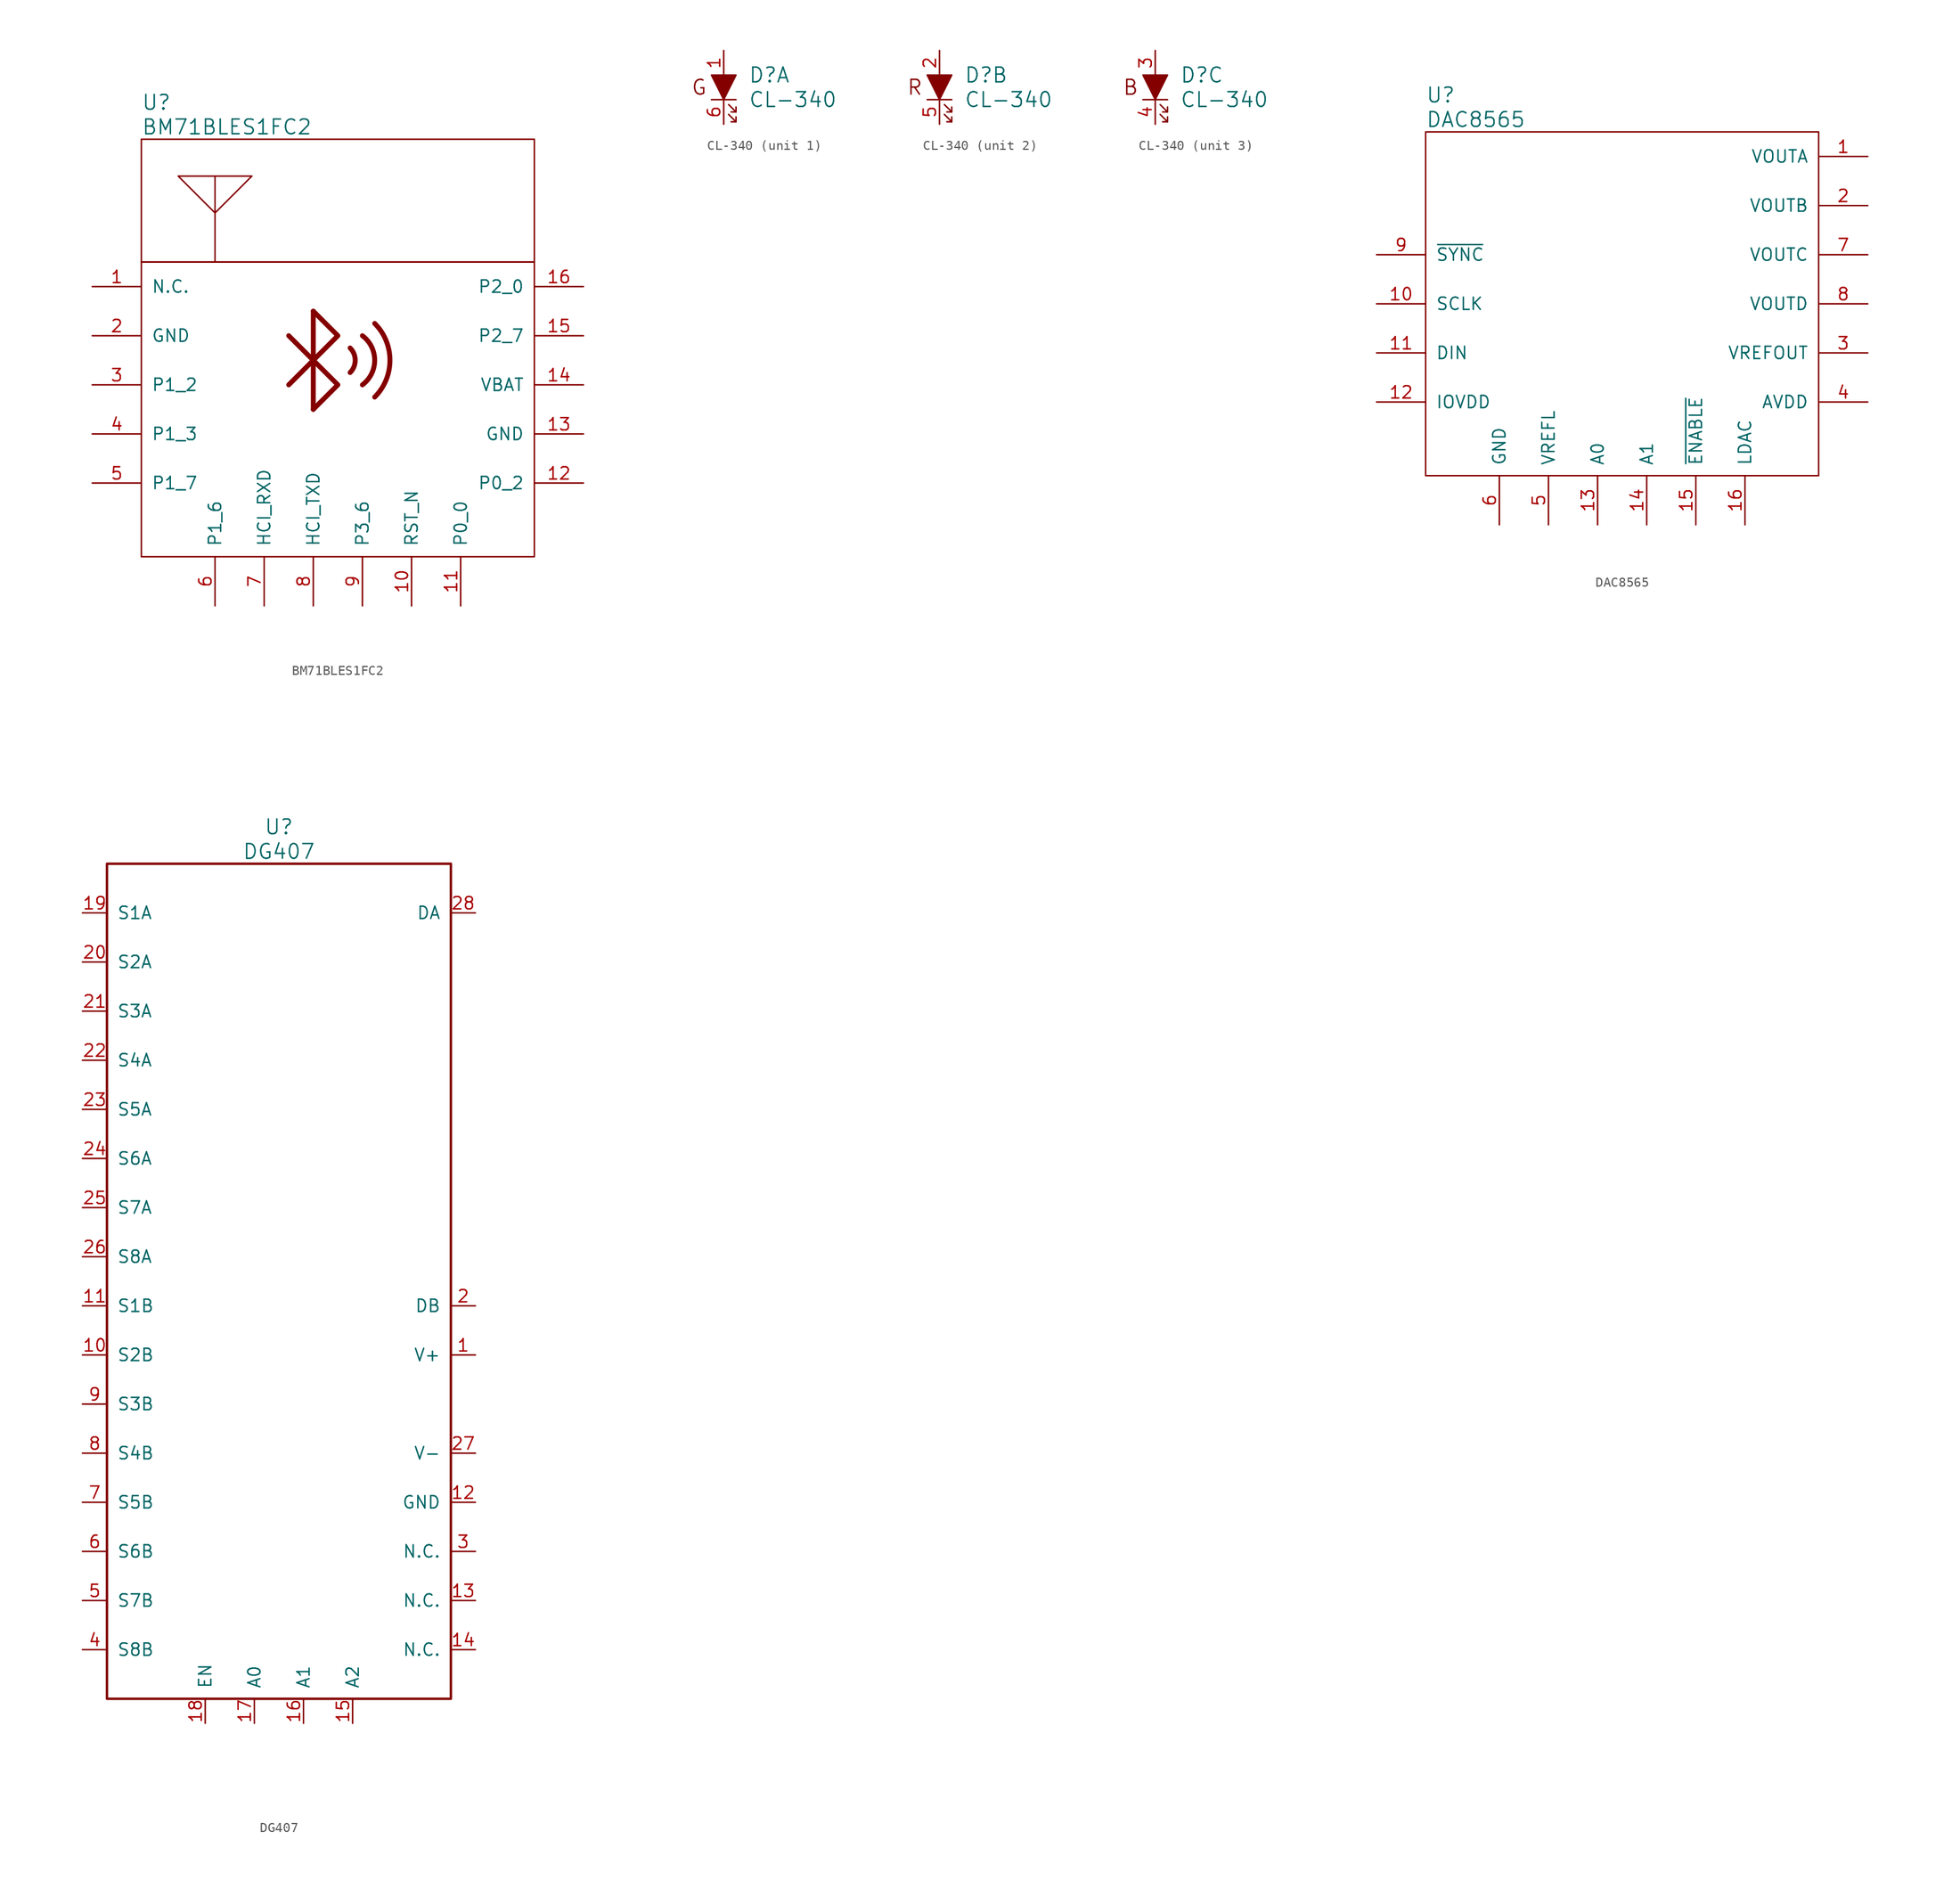
<source format=kicad_sym>
(kicad_symbol_lib
  (version 20231120)
  (generator "kicad_symbol_editor")
  (generator_version "8.0")
  (symbol "BM71BLES1FC2"
    (pin_names
      (offset 1.016))
    (property "Reference" "U"
      (at -20.32 26.67 0)
      (effects (font (size 1.524 1.524)) (justify left)))
    (property "Value" "BM71BLES1FC2"
      (at -20.32 24.13 0)
      (effects (font (size 1.524 1.524)) (justify left)))
    (symbol "BM71BLES1FC2_0_1"
      (rectangle (start -20.32 10.16) (end 20.32 -20.32) (stroke (width 0) (type default)) (fill (type none)))
      (rectangle (start -20.32 10.16) (end 20.32 22.86) (stroke (width 0) (type default)) (fill (type none)))
      (polyline (pts (xy -2.54 5.08) (xy -2.54 -5.08)) (stroke (width 0.508) (type default)) (fill (type none)))
      (polyline (pts (xy -2.54 -5.08) (xy 0 -2.54) (xy -5.08 2.54)) (stroke (width 0.508) (type default)) (fill (type none)))
      (polyline (pts (xy -2.54 5.08) (xy 0 2.54) (xy -5.08 -2.54)) (stroke (width 0.508) (type default)) (fill (type none)))
      (polyline (pts (xy -12.7 10.16) (xy -12.7 15.24) (xy -16.51 19.05) (xy -8.89 19.05) (xy -12.7 15.24) (xy -12.7 19.05)) (stroke (width 0) (type default)) (fill (type none)))
      (arc (start 1.27 -1.27) (mid 1.7961 0) (end 1.27 1.27) (stroke (width 0.508) (type default)) (fill (type none)))
      (arc (start 2.54 -2.54) (mid 3.81 0) (end 2.54 2.54) (stroke (width 0.508) (type default)) (fill (type none)))
      (arc (start 3.81 -3.81) (mid 5.3882 0) (end 3.81 3.81) (stroke (width 0.508) (type default)) (fill (type none))))
    (symbol "BM71BLES1FC2_1_1"
      (pin input line (at -25.4 7.62 0) (length 5.08) (name "N.C." (effects (font (size 1.27 1.27)))) (number "1" (effects (font (size 1.27 1.27)))))
      (pin input line (at 7.62 -25.4 90) (length 5.08) (name "RST_N" (effects (font (size 1.27 1.27)))) (number "10" (effects (font (size 1.27 1.27)))))
      (pin input line (at 12.7 -25.4 90) (length 5.08) (name "P0_0" (effects (font (size 1.27 1.27)))) (number "11" (effects (font (size 1.27 1.27)))))
      (pin input line (at 25.4 -12.7 180) (length 5.08) (name "P0_2" (effects (font (size 1.27 1.27)))) (number "12" (effects (font (size 1.27 1.27)))))
      (pin input line (at 25.4 -7.62 180) (length 5.08) (name "GND" (effects (font (size 1.27 1.27)))) (number "13" (effects (font (size 1.27 1.27)))))
      (pin input line (at 25.4 -2.54 180) (length 5.08) (name "VBAT" (effects (font (size 1.27 1.27)))) (number "14" (effects (font (size 1.27 1.27)))))
      (pin input line (at 25.4 2.54 180) (length 5.08) (name "P2_7" (effects (font (size 1.27 1.27)))) (number "15" (effects (font (size 1.27 1.27)))))
      (pin input line (at 25.4 7.62 180) (length 5.08) (name "P2_0" (effects (font (size 1.27 1.27)))) (number "16" (effects (font (size 1.27 1.27)))))
      (pin input line (at -25.4 2.54 0) (length 5.08) (name "GND" (effects (font (size 1.27 1.27)))) (number "2" (effects (font (size 1.27 1.27)))))
      (pin input line (at -25.4 -2.54 0) (length 5.08) (name "P1_2" (effects (font (size 1.27 1.27)))) (number "3" (effects (font (size 1.27 1.27)))))
      (pin input line (at -25.4 -7.62 0) (length 5.08) (name "P1_3" (effects (font (size 1.27 1.27)))) (number "4" (effects (font (size 1.27 1.27)))))
      (pin input line (at -25.4 -12.7 0) (length 5.08) (name "P1_7" (effects (font (size 1.27 1.27)))) (number "5" (effects (font (size 1.27 1.27)))))
      (pin input line (at -12.7 -25.4 90) (length 5.08) (name "P1_6" (effects (font (size 1.27 1.27)))) (number "6" (effects (font (size 1.27 1.27)))))
      (pin input line (at -7.62 -25.4 90) (length 5.08) (name "HCI_RXD" (effects (font (size 1.27 1.27)))) (number "7" (effects (font (size 1.27 1.27)))))
      (pin input line (at -2.54 -25.4 90) (length 5.08) (name "HCI_TXD" (effects (font (size 1.27 1.27)))) (number "8" (effects (font (size 1.27 1.27)))))
      (pin input line (at 2.54 -25.4 90) (length 5.08) (name "P3_6" (effects (font (size 1.27 1.27)))) (number "9" (effects (font (size 1.27 1.27)))))))
  (symbol "CL-340"
    (pin_names
      (offset 1.016))
    (property "Reference" "D"
      (at 2.54 1.27 0)
      (effects (font (size 1.524 1.524)) (justify left)))
    (property "Value" "CL-340"
      (at 2.54 -1.27 0)
      (effects (font (size 1.524 1.524)) (justify left)))
    (property "ki_locked" ""
      (at 0 0 0)
      (effects (font (size 1.27 1.27))))
    (symbol "CL-340_0_1"
      (polyline (pts (xy -1.27 -1.27) (xy 1.27 -1.27)) (stroke (width 0) (type default)) (fill (type none)))
      (polyline (pts (xy 1.27 -3.556) (xy 0.762 -3.556)) (stroke (width 0) (type default)) (fill (type none)))
      (polyline (pts (xy 1.27 -2.54) (xy 0.762 -2.54)) (stroke (width 0) (type default)) (fill (type none)))
      (polyline (pts (xy 0.508 -2.794) (xy 1.27 -3.556) (xy 1.27 -3.048)) (stroke (width 0) (type default)) (fill (type none)))
      (polyline (pts (xy 0.508 -1.778) (xy 1.27 -2.54) (xy 1.27 -2.032)) (stroke (width 0) (type default)) (fill (type none)))
      (polyline (pts (xy -1.27 1.27) (xy 1.27 1.27) (xy 0 -1.27) (xy -1.27 1.27)) (stroke (width 0) (type default)) (fill (type outline))))
    (symbol "CL-340_1_0"
      (text "G" (at -2.54 0 0) (effects (font (size 1.524 1.524)))))
    (symbol "CL-340_1_1"
      (pin input line (at 0 3.81 270) (length 2.54) (name "~" (effects (font (size 1.27 1.27)))) (number "1" (effects (font (size 1.27 1.27)))))
      (pin input line (at 0 -3.81 90) (length 2.54) (name "~" (effects (font (size 1.27 1.27)))) (number "6" (effects (font (size 1.27 1.27))))))
    (symbol "CL-340_2_0"
      (text "R" (at -2.54 0 0) (effects (font (size 1.524 1.524)))))
    (symbol "CL-340_2_1"
      (pin input line (at 0 3.81 270) (length 2.54) (name "~" (effects (font (size 1.27 1.27)))) (number "2" (effects (font (size 1.27 1.27)))))
      (pin input line (at 0 -3.81 90) (length 2.54) (name "~" (effects (font (size 1.27 1.27)))) (number "5" (effects (font (size 1.27 1.27))))))
    (symbol "CL-340_3_0"
      (text "B" (at -2.54 0 0) (effects (font (size 1.524 1.524)))))
    (symbol "CL-340_3_1"
      (pin input line (at 0 3.81 270) (length 2.54) (name "~" (effects (font (size 1.27 1.27)))) (number "3" (effects (font (size 1.27 1.27)))))
      (pin input line (at 0 -3.81 90) (length 2.54) (name "~" (effects (font (size 1.27 1.27)))) (number "4" (effects (font (size 1.27 1.27)))))))
  (symbol "DAC8565"
    (pin_names
      (offset 1.016))
    (property "Reference" "U"
      (at -20.32 21.59 0)
      (effects (font (size 1.524 1.524)) (justify left)))
    (property "Value" "DAC8565"
      (at -20.32 19.05 0)
      (effects (font (size 1.524 1.524)) (justify left)))
    (symbol "DAC8565_0_1"
      (rectangle (start -20.32 -17.78) (end 20.32 17.78) (stroke (width 0) (type default)) (fill (type none))))
    (symbol "DAC8565_1_1"
      (pin input line (at 25.4 15.24 180) (length 5.08) (name "VOUTA" (effects (font (size 1.27 1.27)))) (number "1" (effects (font (size 1.27 1.27)))))
      (pin input line (at -25.4 0 0) (length 5.08) (name "SCLK" (effects (font (size 1.27 1.27)))) (number "10" (effects (font (size 1.27 1.27)))))
      (pin input line (at -25.4 -5.08 0) (length 5.08) (name "DIN" (effects (font (size 1.27 1.27)))) (number "11" (effects (font (size 1.27 1.27)))))
      (pin input line (at -25.4 -10.16 0) (length 5.08) (name "IOVDD" (effects (font (size 1.27 1.27)))) (number "12" (effects (font (size 1.27 1.27)))))
      (pin input line (at -2.54 -22.86 90) (length 5.08) (name "A0" (effects (font (size 1.27 1.27)))) (number "13" (effects (font (size 1.27 1.27)))))
      (pin input line (at 2.54 -22.86 90) (length 5.08) (name "A1" (effects (font (size 1.27 1.27)))) (number "14" (effects (font (size 1.27 1.27)))))
      (pin input line (at 7.62 -22.86 90) (length 5.08) (name "~{ENABLE}" (effects (font (size 1.27 1.27)))) (number "15" (effects (font (size 1.27 1.27)))))
      (pin input line (at 12.7 -22.86 90) (length 5.08) (name "LDAC" (effects (font (size 1.27 1.27)))) (number "16" (effects (font (size 1.27 1.27)))))
      (pin input line (at 25.4 10.16 180) (length 5.08) (name "VOUTB" (effects (font (size 1.27 1.27)))) (number "2" (effects (font (size 1.27 1.27)))))
      (pin input line (at 25.4 -5.08 180) (length 5.08) (name "VREFOUT" (effects (font (size 1.27 1.27)))) (number "3" (effects (font (size 1.27 1.27)))))
      (pin input line (at 25.4 -10.16 180) (length 5.08) (name "AVDD" (effects (font (size 1.27 1.27)))) (number "4" (effects (font (size 1.27 1.27)))))
      (pin input line (at -7.62 -22.86 90) (length 5.08) (name "VREFL" (effects (font (size 1.27 1.27)))) (number "5" (effects (font (size 1.27 1.27)))))
      (pin input line (at -12.7 -22.86 90) (length 5.08) (name "GND" (effects (font (size 1.27 1.27)))) (number "6" (effects (font (size 1.27 1.27)))))
      (pin input line (at 25.4 5.08 180) (length 5.08) (name "VOUTC" (effects (font (size 1.27 1.27)))) (number "7" (effects (font (size 1.27 1.27)))))
      (pin input line (at 25.4 0 180) (length 5.08) (name "VOUTD" (effects (font (size 1.27 1.27)))) (number "8" (effects (font (size 1.27 1.27)))))
      (pin input line (at -25.4 5.08 0) (length 5.08) (name "~{SYNC}" (effects (font (size 1.27 1.27)))) (number "9" (effects (font (size 1.27 1.27)))))))
  (symbol "DG407"
    (pin_names
      (offset 1.016))
    (property "Reference" "U"
      (at 0 46.99 0)
      (effects (font (size 1.524 1.524))))
    (property "Value" "DG407"
      (at 0 44.45 0)
      (effects (font (size 1.524 1.524))))
    (symbol "DG407_0_1"
      (rectangle (start -17.78 -43.18) (end 17.78 43.18) (stroke (width 0.254) (type default)) (fill (type none))))
    (symbol "DG407_1_1"
      (pin input line (at 20.32 -7.62 180) (length 2.54) (name "V+" (effects (font (size 1.27 1.27)))) (number "1" (effects (font (size 1.27 1.27)))))
      (pin input line (at -20.32 -7.62 0) (length 2.54) (name "S2B" (effects (font (size 1.27 1.27)))) (number "10" (effects (font (size 1.27 1.27)))))
      (pin input line (at -20.32 -2.54 0) (length 2.54) (name "S1B" (effects (font (size 1.27 1.27)))) (number "11" (effects (font (size 1.27 1.27)))))
      (pin input line (at 20.32 -22.86 180) (length 2.54) (name "GND" (effects (font (size 1.27 1.27)))) (number "12" (effects (font (size 1.27 1.27)))))
      (pin input line (at 20.32 -33.02 180) (length 2.54) (name "N.C." (effects (font (size 1.27 1.27)))) (number "13" (effects (font (size 1.27 1.27)))))
      (pin input line (at 20.32 -38.1 180) (length 2.54) (name "N.C." (effects (font (size 1.27 1.27)))) (number "14" (effects (font (size 1.27 1.27)))))
      (pin input line (at 7.62 -45.72 90) (length 2.54) (name "A2" (effects (font (size 1.27 1.27)))) (number "15" (effects (font (size 1.27 1.27)))))
      (pin input line (at 2.54 -45.72 90) (length 2.54) (name "A1" (effects (font (size 1.27 1.27)))) (number "16" (effects (font (size 1.27 1.27)))))
      (pin input line (at -2.54 -45.72 90) (length 2.54) (name "A0" (effects (font (size 1.27 1.27)))) (number "17" (effects (font (size 1.27 1.27)))))
      (pin input line (at -7.62 -45.72 90) (length 2.54) (name "EN" (effects (font (size 1.27 1.27)))) (number "18" (effects (font (size 1.27 1.27)))))
      (pin input line (at -20.32 38.1 0) (length 2.54) (name "S1A" (effects (font (size 1.27 1.27)))) (number "19" (effects (font (size 1.27 1.27)))))
      (pin input line (at 20.32 -2.54 180) (length 2.54) (name "DB" (effects (font (size 1.27 1.27)))) (number "2" (effects (font (size 1.27 1.27)))))
      (pin input line (at -20.32 33.02 0) (length 2.54) (name "S2A" (effects (font (size 1.27 1.27)))) (number "20" (effects (font (size 1.27 1.27)))))
      (pin input line (at -20.32 27.94 0) (length 2.54) (name "S3A" (effects (font (size 1.27 1.27)))) (number "21" (effects (font (size 1.27 1.27)))))
      (pin input line (at -20.32 22.86 0) (length 2.54) (name "S4A" (effects (font (size 1.27 1.27)))) (number "22" (effects (font (size 1.27 1.27)))))
      (pin input line (at -20.32 17.78 0) (length 2.54) (name "S5A" (effects (font (size 1.27 1.27)))) (number "23" (effects (font (size 1.27 1.27)))))
      (pin input line (at -20.32 12.7 0) (length 2.54) (name "S6A" (effects (font (size 1.27 1.27)))) (number "24" (effects (font (size 1.27 1.27)))))
      (pin input line (at -20.32 7.62 0) (length 2.54) (name "S7A" (effects (font (size 1.27 1.27)))) (number "25" (effects (font (size 1.27 1.27)))))
      (pin input line (at -20.32 2.54 0) (length 2.54) (name "S8A" (effects (font (size 1.27 1.27)))) (number "26" (effects (font (size 1.27 1.27)))))
      (pin input line (at 20.32 -17.78 180) (length 2.54) (name "V-" (effects (font (size 1.27 1.27)))) (number "27" (effects (font (size 1.27 1.27)))))
      (pin input line (at 20.32 38.1 180) (length 2.54) (name "DA" (effects (font (size 1.27 1.27)))) (number "28" (effects (font (size 1.27 1.27)))))
      (pin input line (at 20.32 -27.94 180) (length 2.54) (name "N.C." (effects (font (size 1.27 1.27)))) (number "3" (effects (font (size 1.27 1.27)))))
      (pin input line (at -20.32 -38.1 0) (length 2.54) (name "S8B" (effects (font (size 1.27 1.27)))) (number "4" (effects (font (size 1.27 1.27)))))
      (pin input line (at -20.32 -33.02 0) (length 2.54) (name "S7B" (effects (font (size 1.27 1.27)))) (number "5" (effects (font (size 1.27 1.27)))))
      (pin input line (at -20.32 -27.94 0) (length 2.54) (name "S6B" (effects (font (size 1.27 1.27)))) (number "6" (effects (font (size 1.27 1.27)))))
      (pin input line (at -20.32 -22.86 0) (length 2.54) (name "S5B" (effects (font (size 1.27 1.27)))) (number "7" (effects (font (size 1.27 1.27)))))
      (pin input line (at -20.32 -17.78 0) (length 2.54) (name "S4B" (effects (font (size 1.27 1.27)))) (number "8" (effects (font (size 1.27 1.27)))))
      (pin input line (at -20.32 -12.7 0) (length 2.54) (name "S3B" (effects (font (size 1.27 1.27)))) (number "9" (effects (font (size 1.27 1.27))))))))
</source>
